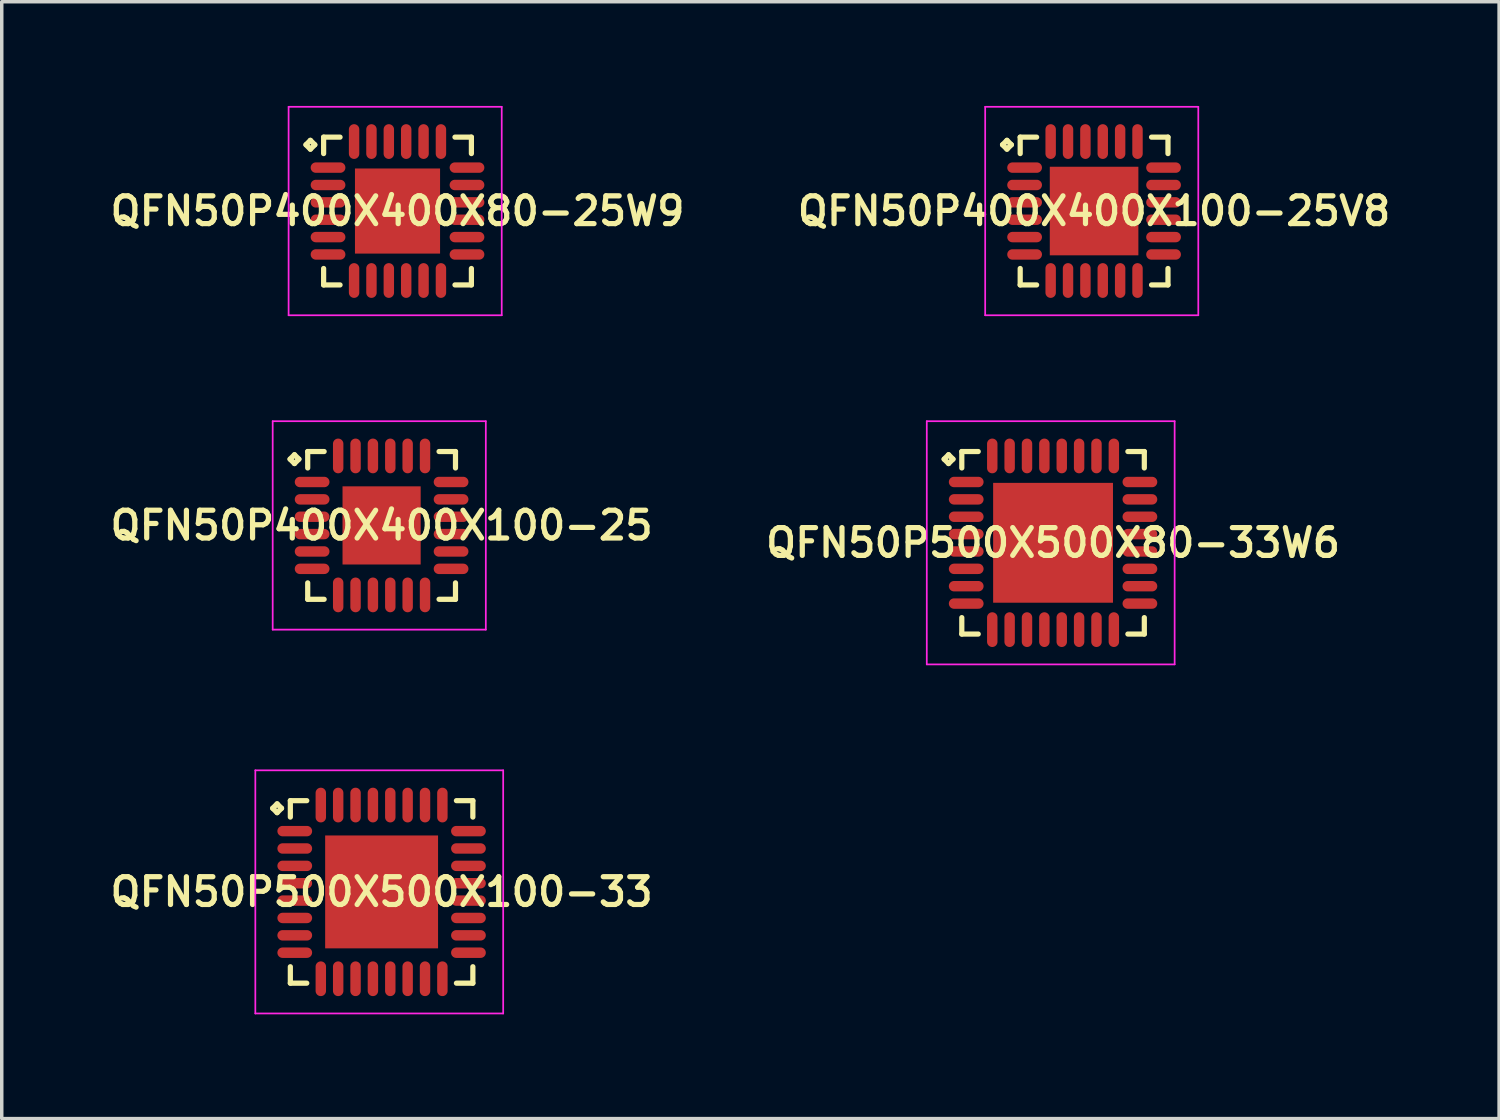
<source format=kicad_pcb>
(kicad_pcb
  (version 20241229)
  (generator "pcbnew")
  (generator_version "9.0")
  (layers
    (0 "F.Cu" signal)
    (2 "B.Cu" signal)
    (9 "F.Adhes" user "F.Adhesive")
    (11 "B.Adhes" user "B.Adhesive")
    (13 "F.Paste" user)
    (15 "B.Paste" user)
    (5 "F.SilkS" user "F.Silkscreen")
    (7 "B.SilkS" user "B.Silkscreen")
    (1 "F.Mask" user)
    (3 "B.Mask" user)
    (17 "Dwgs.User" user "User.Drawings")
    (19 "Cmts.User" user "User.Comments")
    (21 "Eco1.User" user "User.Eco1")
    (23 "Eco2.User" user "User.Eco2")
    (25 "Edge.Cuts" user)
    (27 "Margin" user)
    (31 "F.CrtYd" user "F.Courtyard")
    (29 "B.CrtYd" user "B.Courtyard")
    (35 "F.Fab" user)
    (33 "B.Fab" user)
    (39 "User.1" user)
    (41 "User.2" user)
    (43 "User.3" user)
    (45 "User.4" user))
  (footprint "QFN50P500X500X80-33W6"
    (layer "F.Cu")
    (at 27.264 12.575)
    (property "Reference" "QFN50P500X500X80-33W6" (at 0 0 0) (layer "F.SilkS") (effects (font (size 0.8 0.8) (thickness 0.15))))
    (attr smd)
    (fp_line (start -3.135 -2.408) (end -3.008 -2.535) (stroke (width 0.15) (type solid)) (layer "F.SilkS"))
    (fp_line (start -3.008 -2.535) (end -2.881 -2.408) (stroke (width 0.15) (type solid)) (layer "F.SilkS"))
    (fp_line (start -3.008 -2.281) (end -3.135 -2.408) (stroke (width 0.15) (type solid)) (layer "F.SilkS"))
    (fp_line (start -2.881 -2.408) (end -3.008 -2.281) (stroke (width 0.15) (type solid)) (layer "F.SilkS"))
    (fp_line (start -2.627 -2.627) (end -2.154 -2.627) (stroke (width 0.15) (type solid)) (layer "F.SilkS"))
    (fp_line (start -2.627 -2.154) (end -2.627 -2.627) (stroke (width 0.15) (type solid)) (layer "F.SilkS"))
    (fp_line (start -2.627 2.154) (end -2.627 2.627) (stroke (width 0.15) (type solid)) (layer "F.SilkS"))
    (fp_line (start -2.627 2.627) (end -2.154 2.627) (stroke (width 0.15) (type solid)) (layer "F.SilkS"))
    (fp_line (start 2.154 -2.627) (end 2.627 -2.627) (stroke (width 0.15) (type solid)) (layer "F.SilkS"))
    (fp_line (start 2.154 2.627) (end 2.627 2.627) (stroke (width 0.15) (type solid)) (layer "F.SilkS"))
    (fp_line (start 2.627 -2.627) (end 2.627 -2.154) (stroke (width 0.15) (type solid)) (layer "F.SilkS"))
    (fp_line (start 2.627 2.627) (end 2.627 2.154) (stroke (width 0.15) (type solid)) (layer "F.SilkS"))
    (fp_line (start -3.635 -3.5) (end 3.5 -3.5) (stroke (width 0.05) (type solid)) (layer "F.CrtYd"))
    (fp_line (start -3.635 3.5) (end -3.635 -3.5) (stroke (width 0.05) (type solid)) (layer "F.CrtYd"))
    (fp_line (start 3.5 -3.5) (end 3.5 3.5) (stroke (width 0.05) (type solid)) (layer "F.CrtYd"))
    (fp_line (start 3.5 3.5) (end -3.635 3.5) (stroke (width 0.05) (type solid)) (layer "F.CrtYd"))
    (pad "1" smd oval (at -2.5 -1.75) (size 1 0.3) (layers "F.Cu" "F.Mask" "F.Paste"))
    (pad "2" smd oval (at -2.5 -1.25) (size 1 0.3) (layers "F.Cu" "F.Mask" "F.Paste"))
    (pad "3" smd oval (at -2.5 -0.75) (size 1 0.3) (layers "F.Cu" "F.Mask" "F.Paste"))
    (pad "4" smd oval (at -2.5 -0.25) (size 1 0.3) (layers "F.Cu" "F.Mask" "F.Paste"))
    (pad "5" smd oval (at -2.5 0.25) (size 1 0.3) (layers "F.Cu" "F.Mask" "F.Paste"))
    (pad "6" smd oval (at -2.5 0.75) (size 1 0.3) (layers "F.Cu" "F.Mask" "F.Paste"))
    (pad "7" smd oval (at -2.5 1.25) (size 1 0.3) (layers "F.Cu" "F.Mask" "F.Paste"))
    (pad "8" smd oval (at -2.5 1.75) (size 1 0.3) (layers "F.Cu" "F.Mask" "F.Paste"))
    (pad "9" smd oval (at -1.75 2.5) (size 0.3 1) (layers "F.Cu" "F.Mask" "F.Paste"))
    (pad "10" smd oval (at -1.25 2.5) (size 0.3 1) (layers "F.Cu" "F.Mask" "F.Paste"))
    (pad "11" smd oval (at -0.75 2.5) (size 0.3 1) (layers "F.Cu" "F.Mask" "F.Paste"))
    (pad "12" smd oval (at -0.25 2.5) (size 0.3 1) (layers "F.Cu" "F.Mask" "F.Paste"))
    (pad "13" smd oval (at 0.25 2.5) (size 0.3 1) (layers "F.Cu" "F.Mask" "F.Paste"))
    (pad "14" smd oval (at 0.75 2.5) (size 0.3 1) (layers "F.Cu" "F.Mask" "F.Paste"))
    (pad "15" smd oval (at 1.25 2.5) (size 0.3 1) (layers "F.Cu" "F.Mask" "F.Paste"))
    (pad "16" smd oval (at 1.75 2.5) (size 0.3 1) (layers "F.Cu" "F.Mask" "F.Paste"))
    (pad "17" smd oval (at 2.5 1.75) (size 1 0.3) (layers "F.Cu" "F.Mask" "F.Paste"))
    (pad "18" smd oval (at 2.5 1.25) (size 1 0.3) (layers "F.Cu" "F.Mask" "F.Paste"))
    (pad "19" smd oval (at 2.5 0.75) (size 1 0.3) (layers "F.Cu" "F.Mask" "F.Paste"))
    (pad "20" smd oval (at 2.5 0.25) (size 1 0.3) (layers "F.Cu" "F.Mask" "F.Paste"))
    (pad "21" smd oval (at 2.5 -0.25) (size 1 0.3) (layers "F.Cu" "F.Mask" "F.Paste"))
    (pad "22" smd oval (at 2.5 -0.75) (size 1 0.3) (layers "F.Cu" "F.Mask" "F.Paste"))
    (pad "23" smd oval (at 2.5 -1.25) (size 1 0.3) (layers "F.Cu" "F.Mask" "F.Paste"))
    (pad "24" smd oval (at 2.5 -1.75) (size 1 0.3) (layers "F.Cu" "F.Mask" "F.Paste"))
    (pad "25" smd oval (at 1.75 -2.5) (size 0.3 1) (layers "F.Cu" "F.Mask" "F.Paste"))
    (pad "26" smd oval (at 1.25 -2.5) (size 0.3 1) (layers "F.Cu" "F.Mask" "F.Paste"))
    (pad "27" smd oval (at 0.75 -2.5) (size 0.3 1) (layers "F.Cu" "F.Mask" "F.Paste"))
    (pad "28" smd oval (at 0.25 -2.5) (size 0.3 1) (layers "F.Cu" "F.Mask" "F.Paste"))
    (pad "29" smd oval (at -0.25 -2.5) (size 0.3 1) (layers "F.Cu" "F.Mask" "F.Paste"))
    (pad "30" smd oval (at -0.75 -2.5) (size 0.3 1) (layers "F.Cu" "F.Mask" "F.Paste"))
    (pad "31" smd oval (at -1.25 -2.5) (size 0.3 1) (layers "F.Cu" "F.Mask" "F.Paste"))
    (pad "32" smd oval (at -1.75 -2.5) (size 0.3 1) (layers "F.Cu" "F.Mask" "F.Paste"))
    (pad "33" smd rect (at 0 0) (size 3.45 3.45) (layers "F.Cu" "F.Mask" "F.Paste")))
  (footprint "QFN50P500X500X100-33"
    (layer "F.Cu")
    (at 7.935 22.625)
    (property "Reference" "QFN50P500X500X100-33" (at 0 0 0) (layer "F.SilkS") (effects (font (size 0.8 0.8) (thickness 0.15))))
    (attr smd)
    (fp_line (start -3.135 -2.408) (end -3.008 -2.535) (stroke (width 0.15) (type solid)) (layer "F.SilkS"))
    (fp_line (start -3.008 -2.535) (end -2.881 -2.408) (stroke (width 0.15) (type solid)) (layer "F.SilkS"))
    (fp_line (start -3.008 -2.281) (end -3.135 -2.408) (stroke (width 0.15) (type solid)) (layer "F.SilkS"))
    (fp_line (start -2.881 -2.408) (end -3.008 -2.281) (stroke (width 0.15) (type solid)) (layer "F.SilkS"))
    (fp_line (start -2.627 -2.627) (end -2.154 -2.627) (stroke (width 0.15) (type solid)) (layer "F.SilkS"))
    (fp_line (start -2.627 -2.154) (end -2.627 -2.627) (stroke (width 0.15) (type solid)) (layer "F.SilkS"))
    (fp_line (start -2.627 2.154) (end -2.627 2.627) (stroke (width 0.15) (type solid)) (layer "F.SilkS"))
    (fp_line (start -2.627 2.627) (end -2.154 2.627) (stroke (width 0.15) (type solid)) (layer "F.SilkS"))
    (fp_line (start 2.154 -2.627) (end 2.627 -2.627) (stroke (width 0.15) (type solid)) (layer "F.SilkS"))
    (fp_line (start 2.154 2.627) (end 2.627 2.627) (stroke (width 0.15) (type solid)) (layer "F.SilkS"))
    (fp_line (start 2.627 -2.627) (end 2.627 -2.154) (stroke (width 0.15) (type solid)) (layer "F.SilkS"))
    (fp_line (start 2.627 2.627) (end 2.627 2.154) (stroke (width 0.15) (type solid)) (layer "F.SilkS"))
    (fp_line (start -3.635 -3.5) (end 3.5 -3.5) (stroke (width 0.05) (type solid)) (layer "F.CrtYd"))
    (fp_line (start -3.635 3.5) (end -3.635 -3.5) (stroke (width 0.05) (type solid)) (layer "F.CrtYd"))
    (fp_line (start 3.5 -3.5) (end 3.5 3.5) (stroke (width 0.05) (type solid)) (layer "F.CrtYd"))
    (fp_line (start 3.5 3.5) (end -3.635 3.5) (stroke (width 0.05) (type solid)) (layer "F.CrtYd"))
    (pad "1" smd oval (at -2.5 -1.75) (size 1 0.3) (layers "F.Cu" "F.Mask" "F.Paste"))
    (pad "2" smd oval (at -2.5 -1.25) (size 1 0.3) (layers "F.Cu" "F.Mask" "F.Paste"))
    (pad "3" smd oval (at -2.5 -0.75) (size 1 0.3) (layers "F.Cu" "F.Mask" "F.Paste"))
    (pad "4" smd oval (at -2.5 -0.25) (size 1 0.3) (layers "F.Cu" "F.Mask" "F.Paste"))
    (pad "5" smd oval (at -2.5 0.25) (size 1 0.3) (layers "F.Cu" "F.Mask" "F.Paste"))
    (pad "6" smd oval (at -2.5 0.75) (size 1 0.3) (layers "F.Cu" "F.Mask" "F.Paste"))
    (pad "7" smd oval (at -2.5 1.25) (size 1 0.3) (layers "F.Cu" "F.Mask" "F.Paste"))
    (pad "8" smd oval (at -2.5 1.75) (size 1 0.3) (layers "F.Cu" "F.Mask" "F.Paste"))
    (pad "9" smd oval (at -1.75 2.5) (size 0.3 1) (layers "F.Cu" "F.Mask" "F.Paste"))
    (pad "10" smd oval (at -1.25 2.5) (size 0.3 1) (layers "F.Cu" "F.Mask" "F.Paste"))
    (pad "11" smd oval (at -0.75 2.5) (size 0.3 1) (layers "F.Cu" "F.Mask" "F.Paste"))
    (pad "12" smd oval (at -0.25 2.5) (size 0.3 1) (layers "F.Cu" "F.Mask" "F.Paste"))
    (pad "13" smd oval (at 0.25 2.5) (size 0.3 1) (layers "F.Cu" "F.Mask" "F.Paste"))
    (pad "14" smd oval (at 0.75 2.5) (size 0.3 1) (layers "F.Cu" "F.Mask" "F.Paste"))
    (pad "15" smd oval (at 1.25 2.5) (size 0.3 1) (layers "F.Cu" "F.Mask" "F.Paste"))
    (pad "16" smd oval (at 1.75 2.5) (size 0.3 1) (layers "F.Cu" "F.Mask" "F.Paste"))
    (pad "17" smd oval (at 2.5 1.75) (size 1 0.3) (layers "F.Cu" "F.Mask" "F.Paste"))
    (pad "18" smd oval (at 2.5 1.25) (size 1 0.3) (layers "F.Cu" "F.Mask" "F.Paste"))
    (pad "19" smd oval (at 2.5 0.75) (size 1 0.3) (layers "F.Cu" "F.Mask" "F.Paste"))
    (pad "20" smd oval (at 2.5 0.25) (size 1 0.3) (layers "F.Cu" "F.Mask" "F.Paste"))
    (pad "21" smd oval (at 2.5 -0.25) (size 1 0.3) (layers "F.Cu" "F.Mask" "F.Paste"))
    (pad "22" smd oval (at 2.5 -0.75) (size 1 0.3) (layers "F.Cu" "F.Mask" "F.Paste"))
    (pad "23" smd oval (at 2.5 -1.25) (size 1 0.3) (layers "F.Cu" "F.Mask" "F.Paste"))
    (pad "24" smd oval (at 2.5 -1.75) (size 1 0.3) (layers "F.Cu" "F.Mask" "F.Paste"))
    (pad "25" smd oval (at 1.75 -2.5) (size 0.3 1) (layers "F.Cu" "F.Mask" "F.Paste"))
    (pad "26" smd oval (at 1.25 -2.5) (size 0.3 1) (layers "F.Cu" "F.Mask" "F.Paste"))
    (pad "27" smd oval (at 0.75 -2.5) (size 0.3 1) (layers "F.Cu" "F.Mask" "F.Paste"))
    (pad "28" smd oval (at 0.25 -2.5) (size 0.3 1) (layers "F.Cu" "F.Mask" "F.Paste"))
    (pad "29" smd oval (at -0.25 -2.5) (size 0.3 1) (layers "F.Cu" "F.Mask" "F.Paste"))
    (pad "30" smd oval (at -0.75 -2.5) (size 0.3 1) (layers "F.Cu" "F.Mask" "F.Paste"))
    (pad "31" smd oval (at -1.25 -2.5) (size 0.3 1) (layers "F.Cu" "F.Mask" "F.Paste"))
    (pad "32" smd oval (at -1.75 -2.5) (size 0.3 1) (layers "F.Cu" "F.Mask" "F.Paste"))
    (pad "33" smd rect (at 0 0) (size 3.25 3.25) (layers "F.Cu" "F.Mask" "F.Paste")))
  (footprint "QFN50P400X400X80-25W9"
    (layer "F.Cu")
    (at 8.393 3.025)
    (property "Reference" "QFN50P400X400X80-25W9" (at 0 0 0) (layer "F.SilkS") (effects (font (size 0.8 0.8) (thickness 0.15))))
    (attr smd)
    (fp_line (start -2.635 -1.908) (end -2.508 -2.035) (stroke (width 0.15) (type solid)) (layer "F.SilkS"))
    (fp_line (start -2.508 -2.035) (end -2.381 -1.908) (stroke (width 0.15) (type solid)) (layer "F.SilkS"))
    (fp_line (start -2.508 -1.781) (end -2.635 -1.908) (stroke (width 0.15) (type solid)) (layer "F.SilkS"))
    (fp_line (start -2.381 -1.908) (end -2.508 -1.781) (stroke (width 0.15) (type solid)) (layer "F.SilkS"))
    (fp_line (start -2.127 -2.127) (end -1.654 -2.127) (stroke (width 0.15) (type solid)) (layer "F.SilkS"))
    (fp_line (start -2.127 -1.654) (end -2.127 -2.127) (stroke (width 0.15) (type solid)) (layer "F.SilkS"))
    (fp_line (start -2.127 1.654) (end -2.127 2.127) (stroke (width 0.15) (type solid)) (layer "F.SilkS"))
    (fp_line (start -2.127 2.127) (end -1.654 2.127) (stroke (width 0.15) (type solid)) (layer "F.SilkS"))
    (fp_line (start 1.654 -2.127) (end 2.127 -2.127) (stroke (width 0.15) (type solid)) (layer "F.SilkS"))
    (fp_line (start 1.654 2.127) (end 2.127 2.127) (stroke (width 0.15) (type solid)) (layer "F.SilkS"))
    (fp_line (start 2.127 -2.127) (end 2.127 -1.654) (stroke (width 0.15) (type solid)) (layer "F.SilkS"))
    (fp_line (start 2.127 2.127) (end 2.127 1.654) (stroke (width 0.15) (type solid)) (layer "F.SilkS"))
    (fp_line (start -3.135 -3) (end 3 -3) (stroke (width 0.05) (type solid)) (layer "F.CrtYd"))
    (fp_line (start -3.135 3) (end -3.135 -3) (stroke (width 0.05) (type solid)) (layer "F.CrtYd"))
    (fp_line (start 3 -3) (end 3 3) (stroke (width 0.05) (type solid)) (layer "F.CrtYd"))
    (fp_line (start 3 3) (end -3.135 3) (stroke (width 0.05) (type solid)) (layer "F.CrtYd"))
    (pad "1" smd oval (at -2 -1.25) (size 1 0.3) (layers "F.Cu" "F.Mask" "F.Paste"))
    (pad "2" smd oval (at -2 -0.75) (size 1 0.3) (layers "F.Cu" "F.Mask" "F.Paste"))
    (pad "3" smd oval (at -2 -0.25) (size 1 0.3) (layers "F.Cu" "F.Mask" "F.Paste"))
    (pad "4" smd oval (at -2 0.25) (size 1 0.3) (layers "F.Cu" "F.Mask" "F.Paste"))
    (pad "5" smd oval (at -2 0.75) (size 1 0.3) (layers "F.Cu" "F.Mask" "F.Paste"))
    (pad "6" smd oval (at -2 1.25) (size 1 0.3) (layers "F.Cu" "F.Mask" "F.Paste"))
    (pad "7" smd oval (at -1.25 2) (size 0.3 1) (layers "F.Cu" "F.Mask" "F.Paste"))
    (pad "8" smd oval (at -0.75 2) (size 0.3 1) (layers "F.Cu" "F.Mask" "F.Paste"))
    (pad "9" smd oval (at -0.25 2) (size 0.3 1) (layers "F.Cu" "F.Mask" "F.Paste"))
    (pad "10" smd oval (at 0.25 2) (size 0.3 1) (layers "F.Cu" "F.Mask" "F.Paste"))
    (pad "11" smd oval (at 0.75 2) (size 0.3 1) (layers "F.Cu" "F.Mask" "F.Paste"))
    (pad "12" smd oval (at 1.25 2) (size 0.3 1) (layers "F.Cu" "F.Mask" "F.Paste"))
    (pad "13" smd oval (at 2 1.25) (size 1 0.3) (layers "F.Cu" "F.Mask" "F.Paste"))
    (pad "14" smd oval (at 2 0.75) (size 1 0.3) (layers "F.Cu" "F.Mask" "F.Paste"))
    (pad "15" smd oval (at 2 0.25) (size 1 0.3) (layers "F.Cu" "F.Mask" "F.Paste"))
    (pad "16" smd oval (at 2 -0.25) (size 1 0.3) (layers "F.Cu" "F.Mask" "F.Paste"))
    (pad "17" smd oval (at 2 -0.75) (size 1 0.3) (layers "F.Cu" "F.Mask" "F.Paste"))
    (pad "18" smd oval (at 2 -1.25) (size 1 0.3) (layers "F.Cu" "F.Mask" "F.Paste"))
    (pad "19" smd oval (at 1.25 -2) (size 0.3 1) (layers "F.Cu" "F.Mask" "F.Paste"))
    (pad "20" smd oval (at 0.75 -2) (size 0.3 1) (layers "F.Cu" "F.Mask" "F.Paste"))
    (pad "21" smd oval (at 0.25 -2) (size 0.3 1) (layers "F.Cu" "F.Mask" "F.Paste"))
    (pad "22" smd oval (at -0.25 -2) (size 0.3 1) (layers "F.Cu" "F.Mask" "F.Paste"))
    (pad "23" smd oval (at -0.75 -2) (size 0.3 1) (layers "F.Cu" "F.Mask" "F.Paste"))
    (pad "24" smd oval (at -1.25 -2) (size 0.3 1) (layers "F.Cu" "F.Mask" "F.Paste"))
    (pad "25" smd rect (at 0 0) (size 2.45 2.45) (layers "F.Cu" "F.Mask" "F.Paste")))
  (footprint "QFN50P400X400X100-25"
    (layer "F.Cu")
    (at 7.935 12.075)
    (property "Reference" "QFN50P400X400X100-25" (at 0 0 0) (layer "F.SilkS") (effects (font (size 0.8 0.8) (thickness 0.15))))
    (attr smd)
    (fp_line (start -2.635 -1.908) (end -2.508 -2.035) (stroke (width 0.15) (type solid)) (layer "F.SilkS"))
    (fp_line (start -2.508 -2.035) (end -2.381 -1.908) (stroke (width 0.15) (type solid)) (layer "F.SilkS"))
    (fp_line (start -2.508 -1.781) (end -2.635 -1.908) (stroke (width 0.15) (type solid)) (layer "F.SilkS"))
    (fp_line (start -2.381 -1.908) (end -2.508 -1.781) (stroke (width 0.15) (type solid)) (layer "F.SilkS"))
    (fp_line (start -2.127 -2.127) (end -1.654 -2.127) (stroke (width 0.15) (type solid)) (layer "F.SilkS"))
    (fp_line (start -2.127 -1.654) (end -2.127 -2.127) (stroke (width 0.15) (type solid)) (layer "F.SilkS"))
    (fp_line (start -2.127 1.654) (end -2.127 2.127) (stroke (width 0.15) (type solid)) (layer "F.SilkS"))
    (fp_line (start -2.127 2.127) (end -1.654 2.127) (stroke (width 0.15) (type solid)) (layer "F.SilkS"))
    (fp_line (start 1.654 -2.127) (end 2.127 -2.127) (stroke (width 0.15) (type solid)) (layer "F.SilkS"))
    (fp_line (start 1.654 2.127) (end 2.127 2.127) (stroke (width 0.15) (type solid)) (layer "F.SilkS"))
    (fp_line (start 2.127 -2.127) (end 2.127 -1.654) (stroke (width 0.15) (type solid)) (layer "F.SilkS"))
    (fp_line (start 2.127 2.127) (end 2.127 1.654) (stroke (width 0.15) (type solid)) (layer "F.SilkS"))
    (fp_line (start -3.135 -3) (end 3 -3) (stroke (width 0.05) (type solid)) (layer "F.CrtYd"))
    (fp_line (start -3.135 3) (end -3.135 -3) (stroke (width 0.05) (type solid)) (layer "F.CrtYd"))
    (fp_line (start 3 -3) (end 3 3) (stroke (width 0.05) (type solid)) (layer "F.CrtYd"))
    (fp_line (start 3 3) (end -3.135 3) (stroke (width 0.05) (type solid)) (layer "F.CrtYd"))
    (pad "1" smd oval (at -2 -1.25) (size 1 0.3) (layers "F.Cu" "F.Mask" "F.Paste"))
    (pad "2" smd oval (at -2 -0.75) (size 1 0.3) (layers "F.Cu" "F.Mask" "F.Paste"))
    (pad "3" smd oval (at -2 -0.25) (size 1 0.3) (layers "F.Cu" "F.Mask" "F.Paste"))
    (pad "4" smd oval (at -2 0.25) (size 1 0.3) (layers "F.Cu" "F.Mask" "F.Paste"))
    (pad "5" smd oval (at -2 0.75) (size 1 0.3) (layers "F.Cu" "F.Mask" "F.Paste"))
    (pad "6" smd oval (at -2 1.25) (size 1 0.3) (layers "F.Cu" "F.Mask" "F.Paste"))
    (pad "7" smd oval (at -1.25 2) (size 0.3 1) (layers "F.Cu" "F.Mask" "F.Paste"))
    (pad "8" smd oval (at -0.75 2) (size 0.3 1) (layers "F.Cu" "F.Mask" "F.Paste"))
    (pad "9" smd oval (at -0.25 2) (size 0.3 1) (layers "F.Cu" "F.Mask" "F.Paste"))
    (pad "10" smd oval (at 0.25 2) (size 0.3 1) (layers "F.Cu" "F.Mask" "F.Paste"))
    (pad "11" smd oval (at 0.75 2) (size 0.3 1) (layers "F.Cu" "F.Mask" "F.Paste"))
    (pad "12" smd oval (at 1.25 2) (size 0.3 1) (layers "F.Cu" "F.Mask" "F.Paste"))
    (pad "13" smd oval (at 2 1.25) (size 1 0.3) (layers "F.Cu" "F.Mask" "F.Paste"))
    (pad "14" smd oval (at 2 0.75) (size 1 0.3) (layers "F.Cu" "F.Mask" "F.Paste"))
    (pad "15" smd oval (at 2 0.25) (size 1 0.3) (layers "F.Cu" "F.Mask" "F.Paste"))
    (pad "16" smd oval (at 2 -0.25) (size 1 0.3) (layers "F.Cu" "F.Mask" "F.Paste"))
    (pad "17" smd oval (at 2 -0.75) (size 1 0.3) (layers "F.Cu" "F.Mask" "F.Paste"))
    (pad "18" smd oval (at 2 -1.25) (size 1 0.3) (layers "F.Cu" "F.Mask" "F.Paste"))
    (pad "19" smd oval (at 1.25 -2) (size 0.3 1) (layers "F.Cu" "F.Mask" "F.Paste"))
    (pad "20" smd oval (at 0.75 -2) (size 0.3 1) (layers "F.Cu" "F.Mask" "F.Paste"))
    (pad "21" smd oval (at 0.25 -2) (size 0.3 1) (layers "F.Cu" "F.Mask" "F.Paste"))
    (pad "22" smd oval (at -0.25 -2) (size 0.3 1) (layers "F.Cu" "F.Mask" "F.Paste"))
    (pad "23" smd oval (at -0.75 -2) (size 0.3 1) (layers "F.Cu" "F.Mask" "F.Paste"))
    (pad "24" smd oval (at -1.25 -2) (size 0.3 1) (layers "F.Cu" "F.Mask" "F.Paste"))
    (pad "25" smd rect (at 0 0) (size 2.25 2.25) (layers "F.Cu" "F.Mask" "F.Paste")))
  (footprint "QFN50P400X400X100-25V8"
    (layer "F.Cu")
    (at 28.445 3.025)
    (property "Reference" "QFN50P400X400X100-25V8" (at 0 0 0) (layer "F.SilkS") (effects (font (size 0.8 0.8) (thickness 0.15))))
    (attr smd)
    (fp_line (start -2.635 -1.908) (end -2.508 -2.035) (stroke (width 0.15) (type solid)) (layer "F.SilkS"))
    (fp_line (start -2.508 -2.035) (end -2.381 -1.908) (stroke (width 0.15) (type solid)) (layer "F.SilkS"))
    (fp_line (start -2.508 -1.781) (end -2.635 -1.908) (stroke (width 0.15) (type solid)) (layer "F.SilkS"))
    (fp_line (start -2.381 -1.908) (end -2.508 -1.781) (stroke (width 0.15) (type solid)) (layer "F.SilkS"))
    (fp_line (start -2.127 -2.127) (end -1.654 -2.127) (stroke (width 0.15) (type solid)) (layer "F.SilkS"))
    (fp_line (start -2.127 -1.654) (end -2.127 -2.127) (stroke (width 0.15) (type solid)) (layer "F.SilkS"))
    (fp_line (start -2.127 1.654) (end -2.127 2.127) (stroke (width 0.15) (type solid)) (layer "F.SilkS"))
    (fp_line (start -2.127 2.127) (end -1.654 2.127) (stroke (width 0.15) (type solid)) (layer "F.SilkS"))
    (fp_line (start 1.654 -2.127) (end 2.127 -2.127) (stroke (width 0.15) (type solid)) (layer "F.SilkS"))
    (fp_line (start 1.654 2.127) (end 2.127 2.127) (stroke (width 0.15) (type solid)) (layer "F.SilkS"))
    (fp_line (start 2.127 -2.127) (end 2.127 -1.654) (stroke (width 0.15) (type solid)) (layer "F.SilkS"))
    (fp_line (start 2.127 2.127) (end 2.127 1.654) (stroke (width 0.15) (type solid)) (layer "F.SilkS"))
    (fp_line (start -3.135 -3) (end 3 -3) (stroke (width 0.05) (type solid)) (layer "F.CrtYd"))
    (fp_line (start -3.135 3) (end -3.135 -3) (stroke (width 0.05) (type solid)) (layer "F.CrtYd"))
    (fp_line (start 3 -3) (end 3 3) (stroke (width 0.05) (type solid)) (layer "F.CrtYd"))
    (fp_line (start 3 3) (end -3.135 3) (stroke (width 0.05) (type solid)) (layer "F.CrtYd"))
    (pad "1" smd oval (at -2 -1.25) (size 1 0.3) (layers "F.Cu" "F.Mask" "F.Paste"))
    (pad "2" smd oval (at -2 -0.75) (size 1 0.3) (layers "F.Cu" "F.Mask" "F.Paste"))
    (pad "3" smd oval (at -2 -0.25) (size 1 0.3) (layers "F.Cu" "F.Mask" "F.Paste"))
    (pad "4" smd oval (at -2 0.25) (size 1 0.3) (layers "F.Cu" "F.Mask" "F.Paste"))
    (pad "5" smd oval (at -2 0.75) (size 1 0.3) (layers "F.Cu" "F.Mask" "F.Paste"))
    (pad "6" smd oval (at -2 1.25) (size 1 0.3) (layers "F.Cu" "F.Mask" "F.Paste"))
    (pad "7" smd oval (at -1.25 2) (size 0.3 1) (layers "F.Cu" "F.Mask" "F.Paste"))
    (pad "8" smd oval (at -0.75 2) (size 0.3 1) (layers "F.Cu" "F.Mask" "F.Paste"))
    (pad "9" smd oval (at -0.25 2) (size 0.3 1) (layers "F.Cu" "F.Mask" "F.Paste"))
    (pad "10" smd oval (at 0.25 2) (size 0.3 1) (layers "F.Cu" "F.Mask" "F.Paste"))
    (pad "11" smd oval (at 0.75 2) (size 0.3 1) (layers "F.Cu" "F.Mask" "F.Paste"))
    (pad "12" smd oval (at 1.25 2) (size 0.3 1) (layers "F.Cu" "F.Mask" "F.Paste"))
    (pad "13" smd oval (at 2 1.25) (size 1 0.3) (layers "F.Cu" "F.Mask" "F.Paste"))
    (pad "14" smd oval (at 2 0.75) (size 1 0.3) (layers "F.Cu" "F.Mask" "F.Paste"))
    (pad "15" smd oval (at 2 0.25) (size 1 0.3) (layers "F.Cu" "F.Mask" "F.Paste"))
    (pad "16" smd oval (at 2 -0.25) (size 1 0.3) (layers "F.Cu" "F.Mask" "F.Paste"))
    (pad "17" smd oval (at 2 -0.75) (size 1 0.3) (layers "F.Cu" "F.Mask" "F.Paste"))
    (pad "18" smd oval (at 2 -1.25) (size 1 0.3) (layers "F.Cu" "F.Mask" "F.Paste"))
    (pad "19" smd oval (at 1.25 -2) (size 0.3 1) (layers "F.Cu" "F.Mask" "F.Paste"))
    (pad "20" smd oval (at 0.75 -2) (size 0.3 1) (layers "F.Cu" "F.Mask" "F.Paste"))
    (pad "21" smd oval (at 0.25 -2) (size 0.3 1) (layers "F.Cu" "F.Mask" "F.Paste"))
    (pad "22" smd oval (at -0.25 -2) (size 0.3 1) (layers "F.Cu" "F.Mask" "F.Paste"))
    (pad "23" smd oval (at -0.75 -2) (size 0.3 1) (layers "F.Cu" "F.Mask" "F.Paste"))
    (pad "24" smd oval (at -1.25 -2) (size 0.3 1) (layers "F.Cu" "F.Mask" "F.Paste"))
    (pad "25" smd rect (at 0 0) (size 2.55 2.55) (layers "F.Cu" "F.Mask" "F.Paste")))
  (gr_rect
    (start -3 -3)
    (end 40.104 29.15)
    (stroke (width 0.1) (type default))
    (fill no)
    (layer "Edge.Cuts")))
</source>
